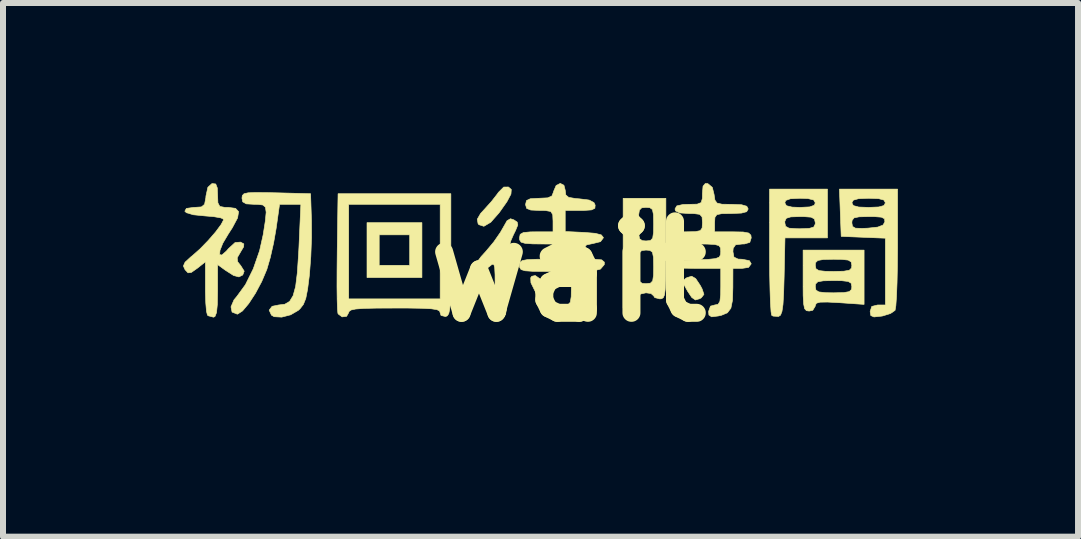
<source format=kicad_pcb>
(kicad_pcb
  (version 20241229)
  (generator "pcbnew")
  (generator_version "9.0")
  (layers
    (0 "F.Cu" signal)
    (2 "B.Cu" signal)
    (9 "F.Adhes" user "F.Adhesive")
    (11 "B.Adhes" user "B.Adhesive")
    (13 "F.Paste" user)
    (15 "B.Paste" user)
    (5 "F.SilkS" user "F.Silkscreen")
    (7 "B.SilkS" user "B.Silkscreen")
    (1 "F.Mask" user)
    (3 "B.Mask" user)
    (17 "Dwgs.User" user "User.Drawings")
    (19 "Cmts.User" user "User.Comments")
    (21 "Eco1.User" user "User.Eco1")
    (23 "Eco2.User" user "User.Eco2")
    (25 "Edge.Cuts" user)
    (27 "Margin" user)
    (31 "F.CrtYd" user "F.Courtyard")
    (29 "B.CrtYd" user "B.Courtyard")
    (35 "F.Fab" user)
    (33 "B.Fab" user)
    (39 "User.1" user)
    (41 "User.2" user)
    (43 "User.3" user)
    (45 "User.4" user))
  (footprint "wait"
    (layer "F.Cu")
    (at 6.417 1.472)
    (property "Reference" "wait" (at 0 0 0) (layer "F.SilkS") (effects (font (size 1.524 1.524) (thickness 0.3))))
    (attr through_hole)
    (fp_poly (pts (xy -2.438 0.102) (xy -3.353 0.102) (xy -3.353 -0.61) (xy -3.15 -0.61) (xy -3.15 -0.102) (xy -2.642 -0.102) (xy -2.642 -0.61) (xy -3.15 -0.61) (xy -3.353 -0.61) (xy -3.353 -0.813) (xy -2.438 -0.813) (xy -2.438 0.102)) (stroke (width 0.01) (type solid)) (fill yes) (layer "F.SilkS"))
    (fp_poly (pts (xy -0.463 0.129) (xy -0.4 0.195) (xy -0.294 0.34) (xy -0.277 0.441) (xy -0.351 0.494) (xy -0.366 0.498) (xy -0.442 0.466) (xy -0.532 0.362) (xy -0.555 0.325) (xy -0.622 0.189) (xy -0.626 0.106) (xy -0.609 0.081) (xy -0.55 0.068) (xy -0.463 0.129)) (stroke (width 0.01) (type solid)) (fill yes) (layer "F.SilkS"))
    (fp_poly (pts (xy 2.122 0.118) (xy 2.197 0.23) (xy 2.229 0.29) (xy 2.26 0.382) (xy 2.216 0.439) (xy 2.19 0.454) (xy 2.118 0.475) (xy 2.057 0.433) (xy 1.988 0.33) (xy 1.925 0.216) (xy 1.913 0.156) (xy 1.952 0.118) (xy 1.978 0.103) (xy 2.056 0.08) (xy 2.122 0.118)) (stroke (width 0.01) (type solid)) (fill yes) (layer "F.SilkS"))
    (fp_poly (pts (xy -0.949 -1.365) (xy -0.955 -1.288) (xy -1.022 -1.162) (xy -1.151 -0.979) (xy -1.292 -0.819) (xy -1.406 -0.752) (xy -1.489 -0.779) (xy -1.503 -0.797) (xy -1.516 -0.87) (xy -1.461 -0.965) (xy -1.397 -1.035) (xy -1.279 -1.166) (xy -1.18 -1.293) (xy -1.164 -1.317) (xy -1.075 -1.406) (xy -0.997 -1.407) (xy -0.949 -1.365)) (stroke (width 0.01) (type solid)) (fill yes) (layer "F.SilkS"))
    (fp_poly (pts (xy -0.906 -0.859) (xy -0.851 -0.822) (xy -0.841 -0.774) (xy -0.878 -0.683) (xy -0.914 -0.61) (xy -0.961 -0.502) (xy -0.991 -0.378) (xy -1.008 -0.215) (xy -1.015 0.011) (xy -1.016 0.176) (xy -1.019 0.439) (xy -1.028 0.615) (xy -1.045 0.717) (xy -1.071 0.759) (xy -1.084 0.762) (xy -1.17 0.739) (xy -1.185 0.728) (xy -1.201 0.665) (xy -1.213 0.526) (xy -1.219 0.337) (xy -1.219 0.263) (xy -1.22 0.055) (xy -1.226 -0.067) (xy -1.241 -0.119) (xy -1.271 -0.117) (xy -1.32 -0.077) (xy -1.407 -0.018) (xy -1.477 -0.034) (xy -1.498 -0.05) (xy -1.533 -0.096) (xy -1.521 -0.154) (xy -1.452 -0.247) (xy -1.371 -0.336) (xy -1.241 -0.492) (xy -1.13 -0.652) (xy -1.083 -0.734) (xy -1.02 -0.845) (xy -0.963 -0.878) (xy -0.906 -0.859)) (stroke (width 0.01) (type solid)) (fill yes) (layer "F.SilkS"))
    (fp_poly (pts (xy -1.956 -0.28) (xy -1.956 0.067) (xy -1.959 0.325) (xy -1.965 0.509) (xy -1.975 0.63) (xy -1.991 0.702) (xy -2.014 0.738) (xy -2.044 0.752) (xy -2.045 0.752) (xy -2.12 0.733) (xy -2.134 0.69) (xy -2.145 0.658) (xy -2.19 0.636) (xy -2.283 0.622) (xy -2.438 0.614) (xy -2.669 0.61) (xy -2.896 0.61) (xy -3.194 0.611) (xy -3.405 0.616) (xy -3.542 0.626) (xy -3.62 0.643) (xy -3.653 0.668) (xy -3.658 0.686) (xy -3.693 0.748) (xy -3.768 0.757) (xy -3.832 0.709) (xy -3.838 0.697) (xy -3.845 0.628) (xy -3.85 0.474) (xy -3.853 0.252) (xy -3.852 -0.019) (xy -3.849 -0.325) (xy -3.849 -0.332) (xy -3.838 -1.118) (xy -3.658 -1.118) (xy -3.658 0.457) (xy -2.134 0.457) (xy -2.134 -1.118) (xy -3.658 -1.118) (xy -3.838 -1.118) (xy -3.835 -1.295) (xy -1.956 -1.295) (xy -1.956 -0.28)) (stroke (width 0.01) (type solid)) (fill yes) (layer "F.SilkS"))
    (fp_poly (pts (xy 4.318 -0.559) (xy 3.61 -0.559) (xy 3.596 0.088) (xy 3.588 0.362) (xy 3.577 0.55) (xy 3.56 0.666) (xy 3.536 0.728) (xy 3.503 0.75) (xy 3.412 0.744) (xy 3.388 0.73) (xy 3.378 0.67) (xy 3.368 0.525) (xy 3.361 0.31) (xy 3.355 0.04) (xy 3.353 -0.268) (xy 3.353 -0.339) (xy 3.353 -0.813) (xy 3.607 -0.813) (xy 3.62 -0.752) (xy 3.677 -0.721) (xy 3.802 -0.712) (xy 3.861 -0.711) (xy 4.013 -0.717) (xy 4.089 -0.739) (xy 4.114 -0.789) (xy 4.115 -0.813) (xy 4.101 -0.874) (xy 4.045 -0.904) (xy 3.92 -0.914) (xy 3.861 -0.914) (xy 3.708 -0.909) (xy 3.632 -0.886) (xy 3.608 -0.836) (xy 3.607 -0.813) (xy 3.353 -0.813) (xy 3.353 -1.143) (xy 3.607 -1.143) (xy 3.634 -1.095) (xy 3.728 -1.072) (xy 3.861 -1.067) (xy 4.021 -1.075) (xy 4.099 -1.103) (xy 4.115 -1.143) (xy 4.088 -1.191) (xy 3.993 -1.214) (xy 3.861 -1.219) (xy 3.701 -1.211) (xy 3.623 -1.183) (xy 3.607 -1.143) (xy 3.353 -1.143) (xy 3.353 -1.372) (xy 4.318 -1.372) (xy 4.318 -0.559)) (stroke (width 0.01) (type solid)) (fill yes) (layer "F.SilkS"))
    (fp_poly (pts (xy 4.928 0.549) (xy 4.521 0.521) (xy 4.318 0.51) (xy 4.195 0.512) (xy 4.134 0.529) (xy 4.115 0.565) (xy 4.115 0.577) (xy 4.073 0.647) (xy 4.013 0.66) (xy 3.967 0.653) (xy 3.937 0.62) (xy 3.921 0.542) (xy 3.913 0.402) (xy 3.912 0.254) (xy 4.115 0.254) (xy 4.126 0.311) (xy 4.175 0.341) (xy 4.285 0.354) (xy 4.42 0.356) (xy 4.59 0.352) (xy 4.682 0.336) (xy 4.719 0.299) (xy 4.724 0.254) (xy 4.713 0.197) (xy 4.664 0.167) (xy 4.555 0.154) (xy 4.42 0.152) (xy 4.249 0.156) (xy 4.157 0.172) (xy 4.12 0.209) (xy 4.115 0.254) (xy 3.912 0.254) (xy 3.912 0.18) (xy 3.912 0.152) (xy 3.912 -0.102) (xy 4.115 -0.102) (xy 4.126 -0.045) (xy 4.175 -0.014) (xy 4.285 -0.002) (xy 4.42 0) (xy 4.59 -0.004) (xy 4.682 -0.02) (xy 4.719 -0.057) (xy 4.724 -0.102) (xy 4.713 -0.158) (xy 4.664 -0.189) (xy 4.555 -0.201) (xy 4.42 -0.203) (xy 4.249 -0.199) (xy 4.157 -0.183) (xy 4.12 -0.147) (xy 4.115 -0.102) (xy 3.912 -0.102) (xy 3.912 -0.356) (xy 4.928 -0.356) (xy 4.928 0.549)) (stroke (width 0.01) (type solid)) (fill yes) (layer "F.SilkS"))
    (fp_poly (pts (xy 5.486 -0.394) (xy 5.483 -0.086) (xy 5.477 0.189) (xy 5.468 0.415) (xy 5.457 0.573) (xy 5.444 0.648) (xy 5.443 0.649) (xy 5.369 0.7) (xy 5.24 0.741) (xy 5.216 0.745) (xy 5.093 0.758) (xy 5.04 0.735) (xy 5.029 0.667) (xy 5.056 0.583) (xy 5.152 0.559) (xy 5.156 0.559) (xy 5.283 0.559) (xy 5.283 -0.554) (xy 4.915 -0.569) (xy 4.547 -0.584) (xy 4.538 -0.81) (xy 4.724 -0.81) (xy 4.735 -0.75) (xy 4.783 -0.721) (xy 4.893 -0.717) (xy 4.991 -0.721) (xy 5.157 -0.739) (xy 5.244 -0.774) (xy 5.274 -0.826) (xy 5.269 -0.877) (xy 5.217 -0.904) (xy 5.095 -0.914) (xy 5.008 -0.914) (xy 4.845 -0.91) (xy 4.76 -0.892) (xy 4.728 -0.85) (xy 4.724 -0.81) (xy 4.538 -0.81) (xy 4.526 -1.143) (xy 4.724 -1.143) (xy 4.749 -1.097) (xy 4.838 -1.073) (xy 5.004 -1.067) (xy 5.172 -1.074) (xy 5.259 -1.098) (xy 5.283 -1.143) (xy 5.258 -1.189) (xy 5.17 -1.213) (xy 5.004 -1.219) (xy 4.835 -1.212) (xy 4.749 -1.188) (xy 4.724 -1.143) (xy 4.526 -1.143) (xy 4.517 -1.372) (xy 5.486 -1.372) (xy 5.486 -0.394)) (stroke (width 0.01) (type solid)) (fill yes) (layer "F.SilkS"))
    (fp_poly (pts (xy 1.626 -0.381) (xy 1.625 -0.072) (xy 1.622 0.15) (xy 1.615 0.3) (xy 1.603 0.391) (xy 1.582 0.438) (xy 1.553 0.455) (xy 1.524 0.457) (xy 1.441 0.436) (xy 1.422 0.406) (xy 1.379 0.368) (xy 1.295 0.356) (xy 1.199 0.377) (xy 1.169 0.459) (xy 1.168 0.483) (xy 1.147 0.579) (xy 1.065 0.609) (xy 1.041 0.61) (xy 0.914 0.61) (xy 0.914 -0.076) (xy 1.168 -0.076) (xy 1.172 0.084) (xy 1.189 0.167) (xy 1.232 0.199) (xy 1.295 0.203) (xy 1.368 0.196) (xy 1.406 0.158) (xy 1.42 0.063) (xy 1.422 -0.076) (xy 1.419 -0.236) (xy 1.402 -0.32) (xy 1.359 -0.351) (xy 1.295 -0.356) (xy 1.223 -0.348) (xy 1.185 -0.31) (xy 1.17 -0.216) (xy 1.168 -0.076) (xy 0.914 -0.076) (xy 0.914 -0.787) (xy 1.168 -0.787) (xy 1.172 -0.627) (xy 1.189 -0.544) (xy 1.232 -0.513) (xy 1.295 -0.508) (xy 1.368 -0.515) (xy 1.406 -0.554) (xy 1.42 -0.648) (xy 1.422 -0.787) (xy 1.419 -0.947) (xy 1.402 -1.031) (xy 1.359 -1.062) (xy 1.295 -1.067) (xy 1.223 -1.06) (xy 1.185 -1.021) (xy 1.17 -0.927) (xy 1.168 -0.787) (xy 0.914 -0.787) (xy 0.914 -1.219) (xy 1.626 -1.219) (xy 1.626 -0.381)) (stroke (width 0.01) (type solid)) (fill yes) (layer "F.SilkS"))
    (fp_poly (pts (xy -5.009 -1.313) (xy -4.864 -1.31) (xy -4.293 -1.295) (xy -4.278 -0.844) (xy -4.277 -0.566) (xy -4.289 -0.251) (xy -4.311 0.039) (xy -4.314 0.07) (xy -4.343 0.299) (xy -4.373 0.45) (xy -4.413 0.55) (xy -4.469 0.622) (xy -4.497 0.648) (xy -4.626 0.723) (xy -4.774 0.761) (xy -4.9 0.754) (xy -4.945 0.728) (xy -4.983 0.645) (xy -4.934 0.581) (xy -4.827 0.559) (xy -4.722 0.546) (xy -4.642 0.499) (xy -4.584 0.404) (xy -4.542 0.25) (xy -4.514 0.024) (xy -4.493 -0.288) (xy -4.487 -0.398) (xy -4.455 -1.118) (xy -4.632 -1.118) (xy -4.81 -1.118) (xy -4.867 -0.715) (xy -4.909 -0.475) (xy -4.964 -0.232) (xy -5.021 -0.036) (xy -5.022 -0.033) (xy -5.107 0.168) (xy -5.212 0.365) (xy -5.324 0.536) (xy -5.427 0.658) (xy -5.509 0.711) (xy -5.516 0.711) (xy -5.601 0.677) (xy -5.619 0.59) (xy -5.569 0.474) (xy -5.521 0.416) (xy -5.378 0.22) (xy -5.247 -0.045) (xy -5.142 -0.347) (xy -5.083 -0.61) (xy -5.047 -0.839) (xy -5.033 -0.986) (xy -5.045 -1.07) (xy -5.089 -1.107) (xy -5.17 -1.117) (xy -5.232 -1.118) (xy -5.365 -1.126) (xy -5.424 -1.16) (xy -5.436 -1.221) (xy -5.43 -1.265) (xy -5.402 -1.294) (xy -5.334 -1.31) (xy -5.209 -1.315) (xy -5.009 -1.313)) (stroke (width 0.01) (type solid)) (fill yes) (layer "F.SilkS"))
    (fp_poly (pts (xy -5.873 -1.457) (xy -5.847 -1.391) (xy -5.842 -1.274) (xy -5.837 -1.142) (xy -5.805 -1.083) (xy -5.721 -1.067) (xy -5.664 -1.067) (xy -5.543 -1.051) (xy -5.492 -0.996) (xy -5.509 -0.892) (xy -5.596 -0.729) (xy -5.666 -0.62) (xy -5.755 -0.47) (xy -5.802 -0.352) (xy -5.808 -0.282) (xy -5.772 -0.273) (xy -5.696 -0.339) (xy -5.661 -0.38) (xy -5.551 -0.481) (xy -5.46 -0.489) (xy -5.405 -0.459) (xy -5.409 -0.409) (xy -5.459 -0.325) (xy -5.515 -0.228) (xy -5.508 -0.162) (xy -5.456 -0.096) (xy -5.399 -0.005) (xy -5.423 0.059) (xy -5.487 0.091) (xy -5.575 0.068) (xy -5.711 -0.019) (xy -5.728 -0.031) (xy -5.842 -0.114) (xy -5.842 0.324) (xy -5.846 0.548) (xy -5.86 0.686) (xy -5.886 0.751) (xy -5.91 0.762) (xy -5.996 0.739) (xy -6.011 0.728) (xy -6.027 0.665) (xy -6.039 0.526) (xy -6.045 0.338) (xy -6.045 0.267) (xy -6.045 -0.16) (xy -6.183 -0.051) (xy -6.28 0.017) (xy -6.335 0.023) (xy -6.384 -0.029) (xy -6.412 -0.091) (xy -6.384 -0.154) (xy -6.287 -0.243) (xy -6.259 -0.265) (xy -6.134 -0.376) (xy -5.999 -0.515) (xy -5.875 -0.658) (xy -5.783 -0.782) (xy -5.741 -0.862) (xy -5.74 -0.868) (xy -5.787 -0.892) (xy -5.907 -0.913) (xy -6.054 -0.925) (xy -6.245 -0.944) (xy -6.361 -0.978) (xy -6.388 -1.003) (xy -6.362 -1.05) (xy -6.241 -1.067) (xy -6.23 -1.067) (xy -6.112 -1.075) (xy -6.059 -1.118) (xy -6.038 -1.228) (xy -6.036 -1.257) (xy -6.004 -1.402) (xy -5.938 -1.462) (xy -5.931 -1.464) (xy -5.873 -1.457)) (stroke (width 0.01) (type solid)) (fill yes) (layer "F.SilkS"))
    (fp_poly (pts (xy 2.324 -1.464) (xy 2.4 -1.4) (xy 2.429 -1.282) (xy 2.443 -1.188) (xy 2.478 -1.139) (xy 2.561 -1.12) (xy 2.719 -1.118) (xy 2.721 -1.118) (xy 2.888 -1.111) (xy 2.974 -1.086) (xy 2.997 -1.041) (xy 2.972 -0.995) (xy 2.884 -0.972) (xy 2.718 -0.965) (xy 2.558 -0.963) (xy 2.475 -0.946) (xy 2.443 -0.901) (xy 2.438 -0.815) (xy 2.438 -0.66) (xy 2.743 -0.66) (xy 2.913 -0.657) (xy 3.005 -0.64) (xy 3.042 -0.604) (xy 3.048 -0.559) (xy 3.024 -0.484) (xy 2.935 -0.458) (xy 2.896 -0.457) (xy 2.787 -0.444) (xy 2.747 -0.385) (xy 2.743 -0.33) (xy 2.76 -0.239) (xy 2.829 -0.206) (xy 2.896 -0.203) (xy 3.017 -0.18) (xy 3.048 -0.127) (xy 3.003 -0.067) (xy 2.896 -0.051) (xy 2.743 -0.051) (xy 2.742 0.267) (xy 2.736 0.479) (xy 2.709 0.612) (xy 2.651 0.689) (xy 2.55 0.731) (xy 2.499 0.742) (xy 2.388 0.756) (xy 2.343 0.726) (xy 2.337 0.667) (xy 2.369 0.578) (xy 2.438 0.559) (xy 2.495 0.548) (xy 2.526 0.499) (xy 2.538 0.389) (xy 2.54 0.254) (xy 2.54 -0.051) (xy 2.104 -0.051) (xy 1.882 -0.055) (xy 1.749 -0.068) (xy 1.692 -0.093) (xy 1.689 -0.114) (xy 1.754 -0.153) (xy 1.92 -0.18) (xy 2.125 -0.193) (xy 2.329 -0.201) (xy 2.452 -0.214) (xy 2.515 -0.238) (xy 2.537 -0.281) (xy 2.54 -0.332) (xy 2.536 -0.393) (xy 2.51 -0.43) (xy 2.442 -0.449) (xy 2.312 -0.456) (xy 2.108 -0.457) (xy 1.898 -0.459) (xy 1.77 -0.468) (xy 1.704 -0.488) (xy 1.679 -0.525) (xy 1.676 -0.559) (xy 1.689 -0.618) (xy 1.741 -0.648) (xy 1.858 -0.659) (xy 1.956 -0.66) (xy 2.116 -0.663) (xy 2.199 -0.68) (xy 2.23 -0.724) (xy 2.235 -0.81) (xy 2.235 -0.813) (xy 2.229 -0.907) (xy 2.19 -0.951) (xy 2.093 -0.964) (xy 2.007 -0.965) (xy 1.856 -0.975) (xy 1.787 -1.009) (xy 1.778 -1.041) (xy 1.808 -1.092) (xy 1.91 -1.115) (xy 2.007 -1.118) (xy 2.147 -1.121) (xy 2.214 -1.147) (xy 2.234 -1.217) (xy 2.235 -1.299) (xy 2.245 -1.421) (xy 2.283 -1.465) (xy 2.324 -1.464)) (stroke (width 0.01) (type solid)) (fill yes) (layer "F.SilkS"))
    (fp_poly (pts (xy -0.072 -1.435) (xy -0.051 -1.353) (xy -0.041 -1.274) (xy 0.007 -1.234) (xy 0.118 -1.215) (xy 0.19 -1.209) (xy 0.349 -1.189) (xy 0.428 -1.147) (xy 0.448 -1.105) (xy 0.443 -1.052) (xy 0.387 -1.025) (xy 0.258 -1.016) (xy 0.207 -1.016) (xy -0.051 -1.016) (xy -0.051 -0.665) (xy 0.267 -0.65) (xy 0.45 -0.635) (xy 0.55 -0.609) (xy 0.584 -0.566) (xy 0.584 -0.559) (xy 0.537 -0.496) (xy 0.419 -0.467) (xy 0.303 -0.442) (xy 0.259 -0.382) (xy 0.254 -0.327) (xy 0.267 -0.244) (xy 0.328 -0.209) (xy 0.436 -0.203) (xy 0.557 -0.193) (xy 0.601 -0.155) (xy 0.6 -0.114) (xy 0.536 -0.039) (xy 0.419 -0.009) (xy 0.326 0.004) (xy 0.277 0.037) (xy 0.257 0.118) (xy 0.253 0.27) (xy 0.253 0.295) (xy 0.246 0.465) (xy 0.229 0.597) (xy 0.213 0.647) (xy 0.137 0.701) (xy 0.016 0.74) (xy -0.102 0.751) (xy -0.165 0.732) (xy -0.205 0.645) (xy -0.159 0.578) (xy -0.076 0.559) (xy -0.003 0.552) (xy 0.034 0.513) (xy 0.049 0.419) (xy 0.051 0.279) (xy 0.051 0) (xy -0.381 0) (xy -0.591 -0.002) (xy -0.719 -0.011) (xy -0.786 -0.031) (xy -0.81 -0.068) (xy -0.813 -0.102) (xy -0.805 -0.151) (xy -0.767 -0.181) (xy -0.681 -0.197) (xy -0.525 -0.203) (xy -0.381 -0.203) (xy -0.172 -0.204) (xy -0.044 -0.212) (xy 0.022 -0.231) (xy 0.047 -0.269) (xy 0.051 -0.33) (xy 0.047 -0.392) (xy 0.022 -0.429) (xy -0.045 -0.449) (xy -0.174 -0.456) (xy -0.381 -0.457) (xy -0.591 -0.459) (xy -0.719 -0.468) (xy -0.786 -0.488) (xy -0.81 -0.525) (xy -0.813 -0.559) (xy -0.801 -0.618) (xy -0.748 -0.648) (xy -0.631 -0.659) (xy -0.533 -0.66) (xy -0.254 -0.66) (xy -0.254 -0.838) (xy -0.259 -0.947) (xy -0.292 -0.999) (xy -0.381 -1.015) (xy -0.483 -1.016) (xy -0.625 -1.023) (xy -0.693 -1.05) (xy -0.711 -1.11) (xy -0.711 -1.118) (xy -0.696 -1.181) (xy -0.633 -1.211) (xy -0.496 -1.219) (xy -0.486 -1.219) (xy -0.343 -1.226) (xy -0.273 -1.257) (xy -0.246 -1.324) (xy -0.245 -1.333) (xy -0.202 -1.432) (xy -0.133 -1.467) (xy -0.072 -1.435)) (stroke (width 0.01) (type solid)) (fill yes) (layer "F.SilkS")))
  (gr_rect
    (start -3 -3)
    (end 14.909 5.89)
    (stroke (width 0.1) (type default))
    (fill no)
    (layer "Edge.Cuts")))
</source>
